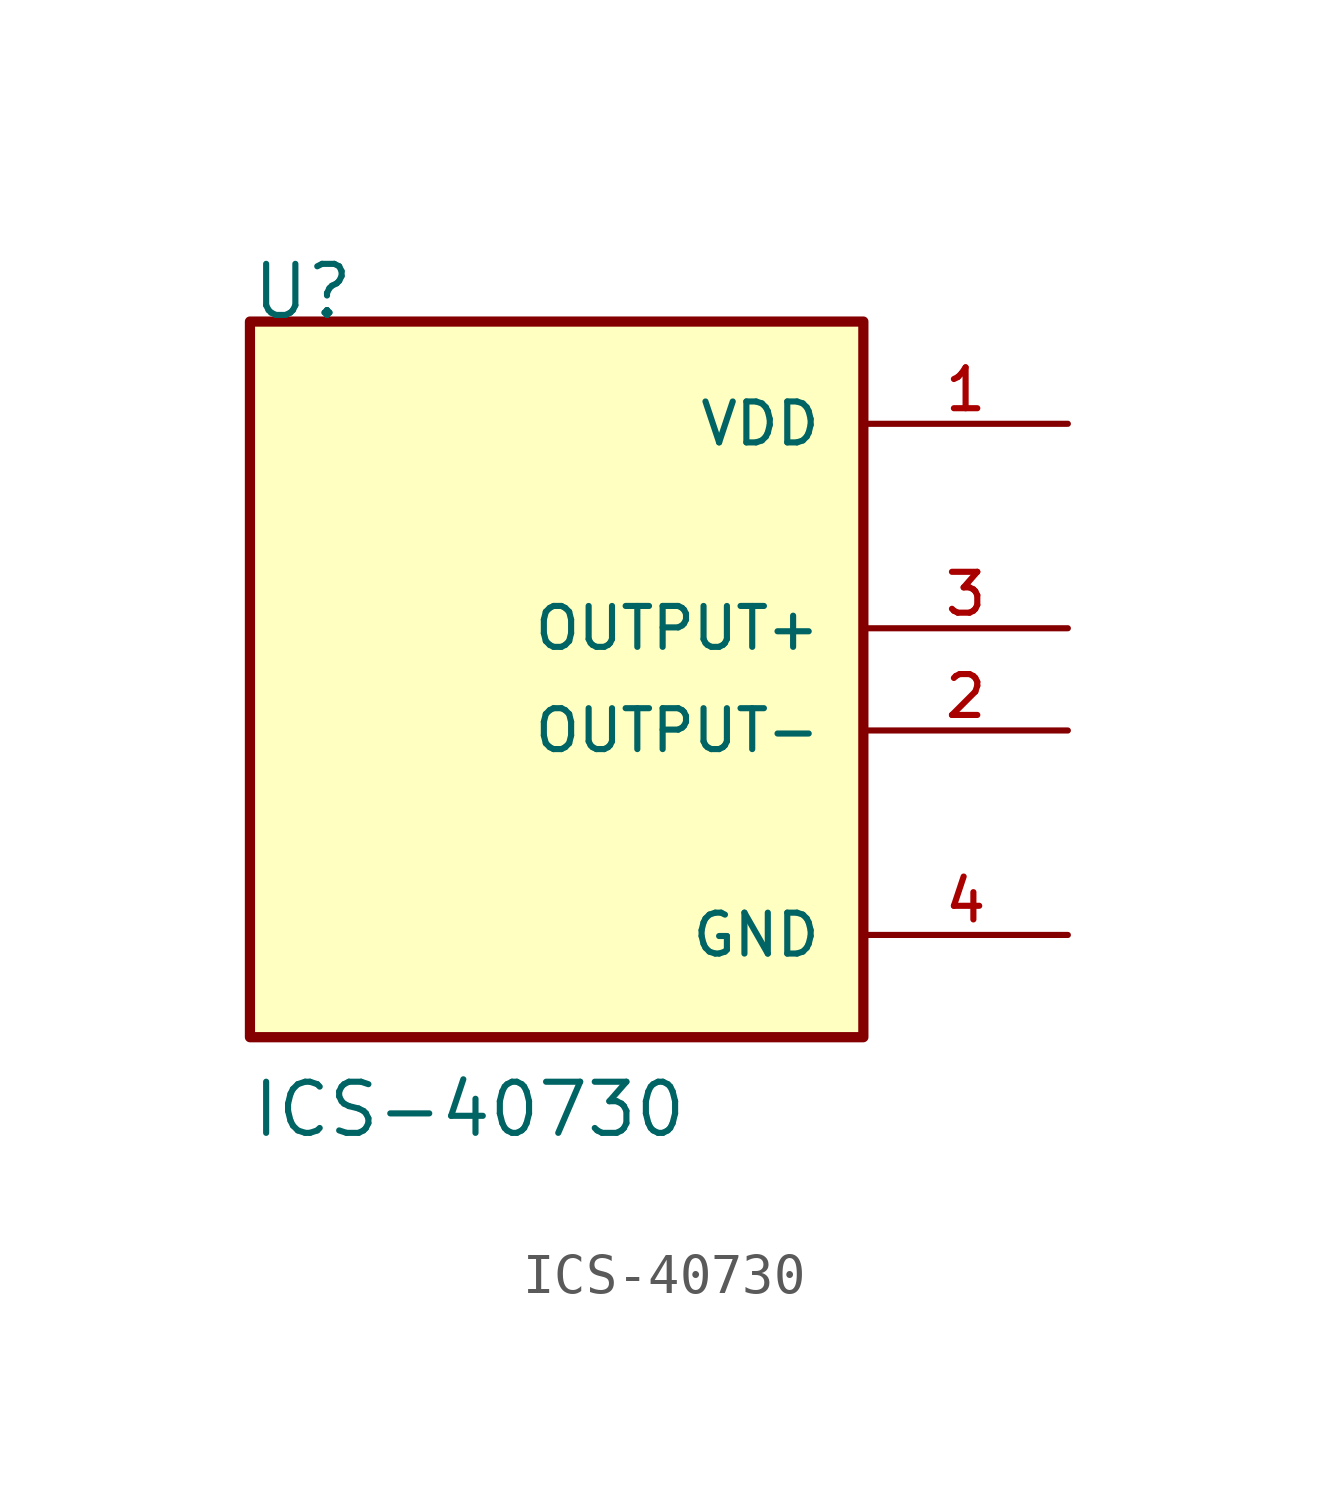
<source format=kicad_sym>
(kicad_symbol_lib
  (version 20211014)
  (generator kicad_symbol_editor)
  (symbol "ICS-40730"
    (pin_names
      (offset 1.016))
    (property "Reference" "U"
      (at -7.62 10.16 0)
      (effects (font (size 1.27 1.27)) (justify bottom left)))
    (property "Value" "ICS-40730"
      (at -7.62 -10.16 0)
      (effects (font (size 1.27 1.27)) (justify bottom left)))
    (symbol "ICS-40730_0_0"
      (rectangle (start -7.62 -7.62) (end 7.62 10.16) (stroke (width 0.254)) (fill (type background)))
      (pin power_in line (at 12.7 7.62 180.0) (length 5.08) (name "VDD" (effects (font (size 1.016 1.016)))) (number "1" (effects (font (size 1.016 1.016)))))
      (pin output line (at 12.7 2.54 180.0) (length 5.08) (name "OUTPUT+" (effects (font (size 1.016 1.016)))) (number "3" (effects (font (size 1.016 1.016)))))
      (pin output line (at 12.7 0.0 180.0) (length 5.08) (name "OUTPUT-" (effects (font (size 1.016 1.016)))) (number "2" (effects (font (size 1.016 1.016)))))
      (pin power_in line (at 12.7 -5.08 180.0) (length 5.08) (name "GND" (effects (font (size 1.016 1.016)))) (number "4" (effects (font (size 1.016 1.016))))))))
</source>
